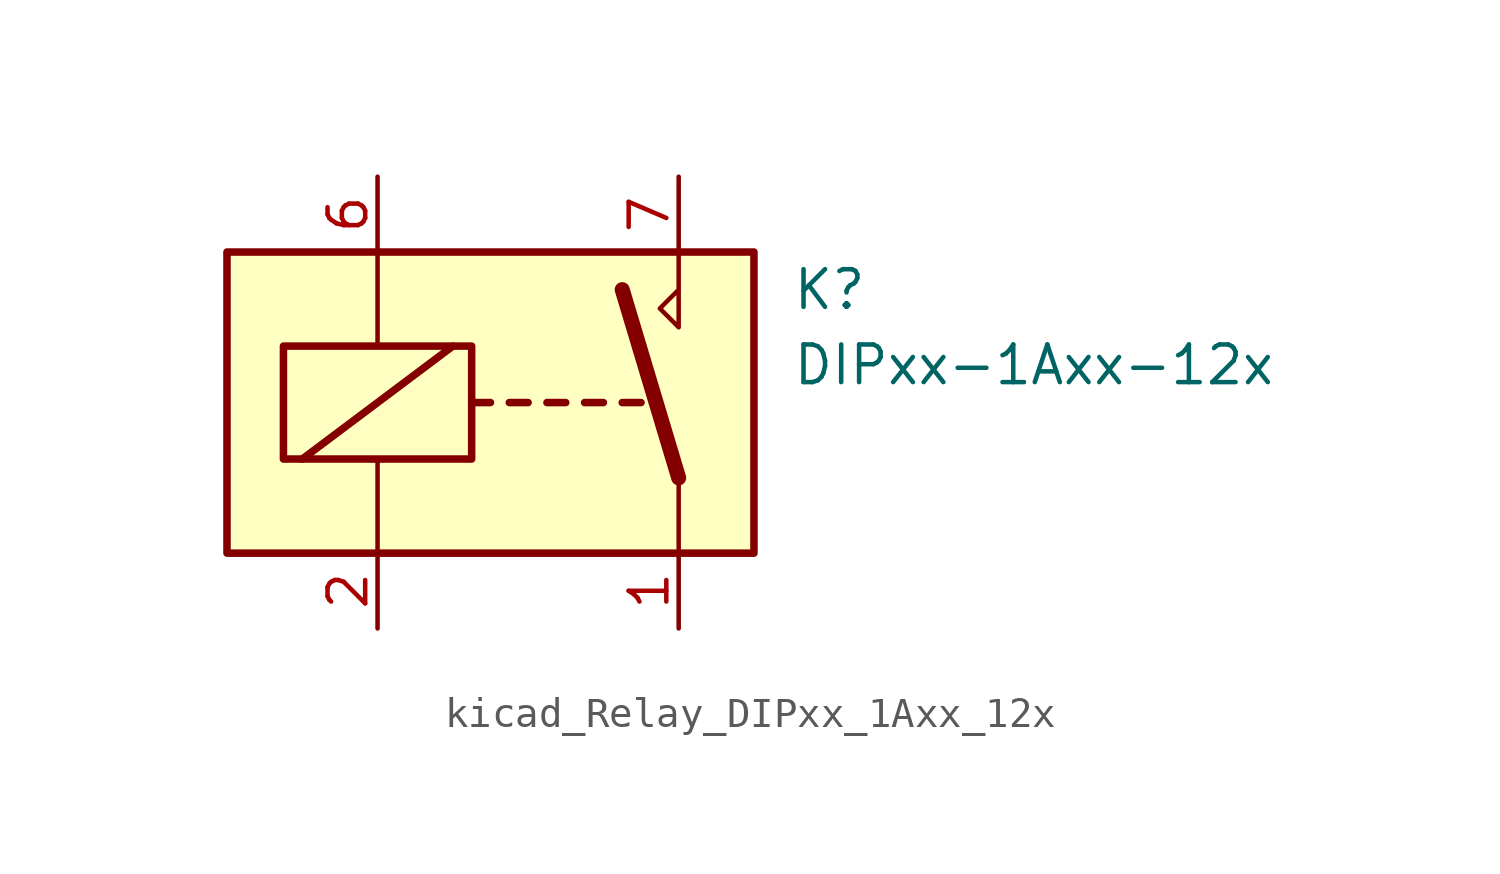
<source format=kicad_sym>
(kicad_symbol_lib
  (version 20220914)
  (generator kicad_symbol_editor)
  (symbol "kicad_Relay_DIPxx_1Axx_12x"
    (property "Reference" "K"
      (at 8.89 3.81 0)
      (effects (font (size 1.27 1.27)) (justify left)))
    (property "Value" "DIPxx-1Axx-12x"
      (at 8.89 1.27 0)
      (effects (font (size 1.27 1.27)) (justify left)))
    (symbol "kicad_Relay_DIPxx_1Axx_12x_0_0"
      (polyline (pts (xy 5.08 5.08) (xy 5.08 2.54) (xy 4.445 3.175) (xy 5.08 3.81)) (stroke (width 0) (type default)) (fill (type none))))
    (symbol "kicad_Relay_DIPxx_1Axx_12x_0_1"
      (rectangle (start -10.16 5.08) (end 7.62 -5.08) (stroke (width 0.254) (type default)) (fill (type background)))
      (rectangle (start -8.255 1.905) (end -1.905 -1.905) (stroke (width 0.254) (type default)) (fill (type none)))
      (polyline (pts (xy -7.62 -1.905) (xy -2.54 1.905)) (stroke (width 0.254) (type default)) (fill (type none)))
      (polyline (pts (xy -5.08 -5.08) (xy -5.08 -1.905)) (stroke (width 0) (type default)) (fill (type none)))
      (polyline (pts (xy -5.08 5.08) (xy -5.08 1.905)) (stroke (width 0) (type default)) (fill (type none)))
      (polyline (pts (xy -1.905 0) (xy -1.27 0)) (stroke (width 0.254) (type default)) (fill (type none)))
      (polyline (pts (xy -0.635 0) (xy 0 0)) (stroke (width 0.254) (type default)) (fill (type none)))
      (polyline (pts (xy 0.635 0) (xy 1.27 0)) (stroke (width 0.254) (type default)) (fill (type none)))
      (polyline (pts (xy 1.905 0) (xy 2.54 0)) (stroke (width 0.254) (type default)) (fill (type none)))
      (polyline (pts (xy 3.175 0) (xy 3.81 0)) (stroke (width 0.254) (type default)) (fill (type none)))
      (polyline (pts (xy 5.08 -2.54) (xy 3.175 3.81)) (stroke (width 0.508) (type default)) (fill (type none)))
      (polyline (pts (xy 5.08 -2.54) (xy 5.08 -5.08)) (stroke (width 0) (type default)) (fill (type none))))
    (symbol "kicad_Relay_DIPxx_1Axx_12x_1_1"
      (pin passive line (at 5.08 -7.62 90) (length 2.54) (name "~" (effects (font (size 1.27 1.27)))) (number "1" (effects (font (size 1.27 1.27)))))
      (pin passive line (at -5.08 -7.62 90) (length 2.54) hide (name "~" (effects (font (size 1.27 1.27)))) (number "13" (effects (font (size 1.27 1.27)))))
      (pin passive line (at 5.08 -7.62 90) (length 2.54) hide (name "~" (effects (font (size 1.27 1.27)))) (number "14" (effects (font (size 1.27 1.27)))))
      (pin passive line (at -5.08 -7.62 90) (length 2.54) (name "~" (effects (font (size 1.27 1.27)))) (number "2" (effects (font (size 1.27 1.27)))))
      (pin passive line (at -5.08 7.62 270) (length 2.54) (name "~" (effects (font (size 1.27 1.27)))) (number "6" (effects (font (size 1.27 1.27)))))
      (pin passive line (at 5.08 7.62 270) (length 2.54) (name "~" (effects (font (size 1.27 1.27)))) (number "7" (effects (font (size 1.27 1.27)))))
      (pin passive line (at 5.08 7.62 270) (length 2.54) hide (name "~" (effects (font (size 1.27 1.27)))) (number "8" (effects (font (size 1.27 1.27))))))))
</source>
